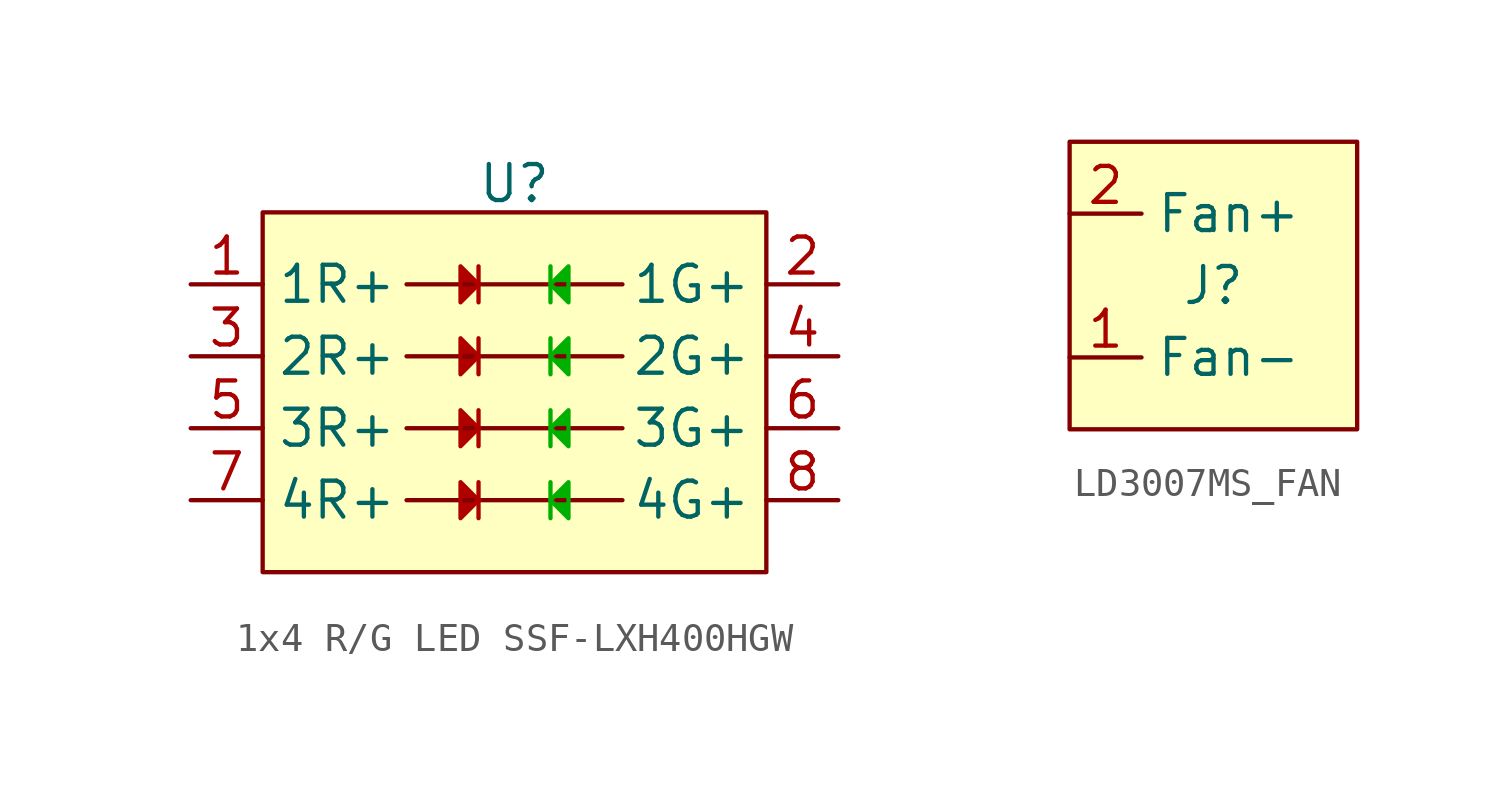
<source format=kicad_sym>
(kicad_symbol_lib
  (version 20231120)
  (generator "kicad_symbol_editor")
  (generator_version "8.0")
  (symbol "1x4 R/G LED SSF-LXH400HGW"
    (property "Reference" "U"
      (at 0 7.366 0)
      (effects (font (size 1.27 1.27))))
    (property "Value" ""
      (at -8.89 6.35 0)
      (effects (font (size 1.27 1.27))))
    (symbol "1x4 R/G LED SSF-LXH400HGW_0_1"
      (polyline (pts (xy -3.81 -3.81) (xy -2.54 -3.81) (xy 3.81 -3.81)) (stroke (width 0) (type default)) (fill (type none)))
      (polyline (pts (xy -3.81 -1.27) (xy -2.54 -1.27) (xy 3.81 -1.27)) (stroke (width 0) (type default)) (fill (type none)))
      (polyline (pts (xy -3.81 1.27) (xy -2.54 1.27) (xy 3.81 1.27)) (stroke (width 0) (type default)) (fill (type none)))
      (polyline (pts (xy -3.81 3.81) (xy -2.54 3.81) (xy 3.81 3.81)) (stroke (width 0) (type default)) (fill (type none))))
    (symbol "1x4 R/G LED SSF-LXH400HGW_1_1"
      (rectangle (start -8.89 6.35) (end 8.89 -6.35) (stroke (width 0) (type default)) (fill (type background)))
      (polyline (pts (xy -1.27 -4.445) (xy -1.27 -3.175)) (stroke (width 0) (type default) (color 175 0 0 1)) (fill (type none)))
      (polyline (pts (xy -1.27 -1.905) (xy -1.27 -0.635)) (stroke (width 0) (type default) (color 175 0 0 1)) (fill (type none)))
      (polyline (pts (xy -1.27 0.635) (xy -1.27 1.905)) (stroke (width 0) (type default) (color 175 0 0 1)) (fill (type none)))
      (polyline (pts (xy -1.27 3.175) (xy -1.27 4.445)) (stroke (width 0) (type default) (color 175 0 0 1)) (fill (type none)))
      (polyline (pts (xy 1.27 -4.445) (xy 1.27 -3.175)) (stroke (width 0) (type default) (color 0 175 0 1)) (fill (type none)))
      (polyline (pts (xy 1.27 -1.905) (xy 1.27 -0.635)) (stroke (width 0) (type default) (color 0 175 0 1)) (fill (type none)))
      (polyline (pts (xy 1.27 0.635) (xy 1.27 1.905)) (stroke (width 0) (type default) (color 0 175 0 1)) (fill (type none)))
      (polyline (pts (xy 1.27 3.175) (xy 1.27 4.445)) (stroke (width 0) (type default) (color 0 175 0 1)) (fill (type none)))
      (polyline (pts (xy -1.905 -3.175) (xy -1.905 -4.445) (xy -1.27 -3.81) (xy -1.905 -3.175)) (stroke (width 0) (type default) (color 175 0 0 1)) (fill (type color) (color 175 0 0 1)))
      (polyline (pts (xy -1.905 -0.635) (xy -1.905 -1.905) (xy -1.27 -1.27) (xy -1.905 -0.635)) (stroke (width 0) (type default) (color 175 0 0 1)) (fill (type color) (color 175 0 0 1)))
      (polyline (pts (xy -1.905 1.905) (xy -1.905 0.635) (xy -1.27 1.27) (xy -1.905 1.905)) (stroke (width 0) (type default) (color 175 0 0 1)) (fill (type color) (color 175 0 0 1)))
      (polyline (pts (xy -1.905 4.445) (xy -1.905 3.175) (xy -1.27 3.81) (xy -1.905 4.445)) (stroke (width 0) (type default) (color 175 0 0 1)) (fill (type color) (color 175 0 0 1)))
      (polyline (pts (xy 1.905 -3.175) (xy 1.905 -4.445) (xy 1.27 -3.81) (xy 1.905 -3.175)) (stroke (width 0) (type default) (color 0 175 0 1)) (fill (type color) (color 0 175 0 1)))
      (polyline (pts (xy 1.905 -0.635) (xy 1.905 -1.905) (xy 1.27 -1.27) (xy 1.905 -0.635)) (stroke (width 0) (type default) (color 0 175 0 1)) (fill (type color) (color 0 175 0 1)))
      (polyline (pts (xy 1.905 1.905) (xy 1.905 0.635) (xy 1.27 1.27) (xy 1.905 1.905)) (stroke (width 0) (type default) (color 0 175 0 1)) (fill (type color) (color 0 175 0 1)))
      (polyline (pts (xy 1.905 4.445) (xy 1.905 3.175) (xy 1.27 3.81) (xy 1.905 4.445)) (stroke (width 0) (type default) (color 0 175 0 1)) (fill (type color) (color 0 175 0 1)))
      (pin input line (at -11.43 3.81 0) (length 2.54) (name "1R+" (effects (font (size 1.27 1.27)))) (number "1" (effects (font (size 1.27 1.27)))))
      (pin input line (at 11.43 3.81 180) (length 2.54) (name "1G+" (effects (font (size 1.27 1.27)))) (number "2" (effects (font (size 1.27 1.27)))))
      (pin input line (at -11.43 1.27 0) (length 2.54) (name "2R+" (effects (font (size 1.27 1.27)))) (number "3" (effects (font (size 1.27 1.27)))))
      (pin input line (at 11.43 1.27 180) (length 2.54) (name "2G+" (effects (font (size 1.27 1.27)))) (number "4" (effects (font (size 1.27 1.27)))))
      (pin input line (at -11.43 -1.27 0) (length 2.54) (name "3R+" (effects (font (size 1.27 1.27)))) (number "5" (effects (font (size 1.27 1.27)))))
      (pin input line (at 11.43 -1.27 180) (length 2.54) (name "3G+" (effects (font (size 1.27 1.27)))) (number "6" (effects (font (size 1.27 1.27)))))
      (pin input line (at -11.43 -3.81 0) (length 2.54) (name "4R+" (effects (font (size 1.27 1.27)))) (number "7" (effects (font (size 1.27 1.27)))))
      (pin input line (at 11.43 -3.81 180) (length 2.54) (name "4G+" (effects (font (size 1.27 1.27)))) (number "8" (effects (font (size 1.27 1.27)))))))
  (symbol "LD3007MS_FAN"
    (property "Reference" "J"
      (at 0 0 0)
      (effects (font (size 1.27 1.27))))
    (property "Value" ""
      (at 0 0 0)
      (effects (font (size 1.27 1.27))))
    (property "ki_locked" ""
      (at 0 0 0)
      (effects (font (size 1.27 1.27))))
    (symbol "LD3007MS_FAN_1_1"
      (rectangle (start -5.08 5.08) (end 5.08 -5.08) (stroke (width 0) (type default)) (fill (type background)))
      (pin input line (at -5.08 -2.54 0) (length 2.54) (name "Fan-" (effects (font (size 1.27 1.27)))) (number "1" (effects (font (size 1.27 1.27)))))
      (pin input line (at -5.08 2.54 0) (length 2.54) (name "Fan+" (effects (font (size 1.27 1.27)))) (number "2" (effects (font (size 1.27 1.27))))))))
</source>
